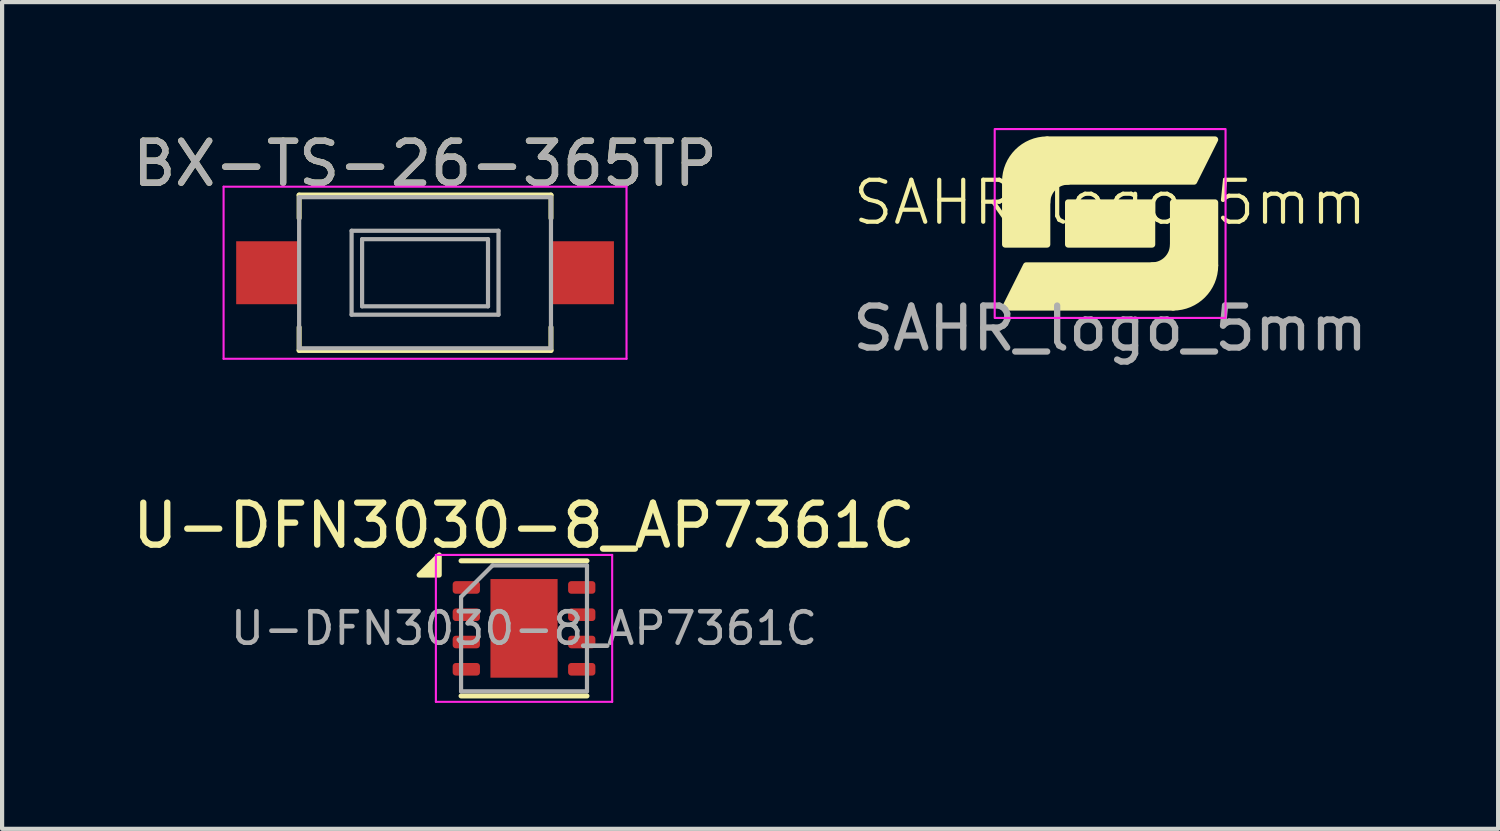
<source format=kicad_pcb>
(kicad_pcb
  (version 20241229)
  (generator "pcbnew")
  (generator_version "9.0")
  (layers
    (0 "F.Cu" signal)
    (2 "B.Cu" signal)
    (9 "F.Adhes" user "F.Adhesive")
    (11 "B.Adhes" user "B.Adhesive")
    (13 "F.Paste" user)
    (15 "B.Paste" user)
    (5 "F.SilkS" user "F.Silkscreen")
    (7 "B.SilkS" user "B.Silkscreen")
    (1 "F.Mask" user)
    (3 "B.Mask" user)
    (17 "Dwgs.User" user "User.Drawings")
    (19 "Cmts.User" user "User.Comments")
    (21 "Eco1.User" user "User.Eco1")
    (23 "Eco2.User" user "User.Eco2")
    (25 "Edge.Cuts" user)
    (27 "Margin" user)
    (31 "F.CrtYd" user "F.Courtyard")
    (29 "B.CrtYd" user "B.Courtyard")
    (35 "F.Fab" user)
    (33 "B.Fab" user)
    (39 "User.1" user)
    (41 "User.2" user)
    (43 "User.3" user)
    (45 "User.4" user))
  (footprint "U-DFN3030-8_AP7361C"
    (layer "F.Cu")
    (at 9.435 11.921)
    (property "Reference" "U-DFN3030-8_AP7361C" (at 0 -2.45 0) (layer "F.SilkS") (effects (font (size 1 1) (thickness 0.15))))
    (attr smd)
    (fp_line (start -1.5 -1.61) (end 1.5 -1.61) (stroke (width 0.12) (type solid)) (layer "F.SilkS"))
    (fp_line (start -1.5 1.61) (end 1.5 1.61) (stroke (width 0.12) (type solid)) (layer "F.SilkS"))
    (fp_poly (pts (xy -2.02 -1.27) (xy -2.5 -1.27) (xy -2.02 -1.75) (xy -2.02 -1.27)) (stroke (width 0.12) (type solid)) (fill yes) (layer "F.SilkS"))
    (fp_line (start -2.1 -1.75) (end -2.1 1.75) (stroke (width 0.05) (type solid)) (layer "F.CrtYd"))
    (fp_line (start -2.1 1.75) (end 2.1 1.75) (stroke (width 0.05) (type solid)) (layer "F.CrtYd"))
    (fp_line (start 2.1 -1.75) (end -2.1 -1.75) (stroke (width 0.05) (type solid)) (layer "F.CrtYd"))
    (fp_line (start 2.1 1.75) (end 2.1 -1.75) (stroke (width 0.05) (type solid)) (layer "F.CrtYd"))
    (fp_line (start -1.5 -0.75) (end -0.75 -1.5) (stroke (width 0.1) (type solid)) (layer "F.Fab"))
    (fp_line (start -1.5 1.5) (end -1.5 -0.75) (stroke (width 0.1) (type solid)) (layer "F.Fab"))
    (fp_line (start -0.75 -1.5) (end 1.5 -1.5) (stroke (width 0.1) (type solid)) (layer "F.Fab"))
    (fp_line (start 1.5 -1.5) (end 1.5 1.5) (stroke (width 0.1) (type solid)) (layer "F.Fab"))
    (fp_line (start 1.5 1.5) (end -1.5 1.5) (stroke (width 0.1) (type solid)) (layer "F.Fab"))
    (fp_text user "${REFERENCE}" (at 0 0 0) (layer "F.Fab") (effects (font (size 0.75 0.75) (thickness 0.11))))
    (pad "" smd roundrect (at -0.375 -0.56) (size 0.6 0.91) (layers "F.Paste") (roundrect_rratio 0.25))
    (pad "" smd roundrect (at -0.375 0.56) (size 0.6 0.91) (layers "F.Paste") (roundrect_rratio 0.25))
    (pad "" smd roundrect (at 0.375 -0.56) (size 0.6 0.91) (layers "F.Paste") (roundrect_rratio 0.25))
    (pad "" smd roundrect (at 0.375 0.56) (size 0.6 0.91) (layers "F.Paste") (roundrect_rratio 0.25))
    (pad "1" smd roundrect (at -1.375 -0.975) (size 0.65 0.3) (layers "F.Cu" "F.Mask" "F.Paste") (roundrect_rratio 0.25))
    (pad "2" smd roundrect (at -1.375 -0.325) (size 0.65 0.3) (layers "F.Cu" "F.Mask" "F.Paste") (roundrect_rratio 0.25))
    (pad "3" smd roundrect (at -1.375 0.325) (size 0.65 0.3) (layers "F.Cu" "F.Mask" "F.Paste") (roundrect_rratio 0.25))
    (pad "4" smd roundrect (at -1.375 0.975) (size 0.65 0.3) (layers "F.Cu" "F.Mask" "F.Paste") (roundrect_rratio 0.25))
    (pad "5" smd roundrect (at 1.375 0.975) (size 0.65 0.3) (layers "F.Cu" "F.Mask" "F.Paste") (roundrect_rratio 0.25))
    (pad "6" smd roundrect (at 1.375 0.325) (size 0.65 0.3) (layers "F.Cu" "F.Mask" "F.Paste") (roundrect_rratio 0.25))
    (pad "7" smd roundrect (at 1.375 -0.325) (size 0.65 0.3) (layers "F.Cu" "F.Mask" "F.Paste") (roundrect_rratio 0.25))
    (pad "8" smd roundrect (at 1.375 -0.975) (size 0.65 0.3) (layers "F.Cu" "F.Mask" "F.Paste") (roundrect_rratio 0.25))
    (pad "9" smd rect (at 0 0) (size 1.6 2.35) (property pad_prop_heatsink) (layers "F.Cu" "F.Mask")))
  (footprint "SAHR_logo_5mm"
    (layer "F.Cu")
    (at 23.399 2.275)
    (property "Reference" "SAHR_logo_5mm" (at 0 -0.5 0) (unlocked yes) (layer "F.SilkS") (effects (font (size 1 1) (thickness 0.1))))
    (attr smd)
    (fp_rect (start -1 -0.5) (end 1 0.5) (stroke (width 0.15) (type solid)) (fill yes) (layer "F.SilkS"))
    (fp_arc (start -2.5 -1) (mid -2.207107 -1.707107) (end -1.5 -2) (stroke (width 0.15) (type default)) (layer "F.SilkS"))
    (fp_arc (start -1.5 -0.5) (mid -1.353553 -0.853553) (end -1 -1) (stroke (width 0.15) (type default)) (layer "F.SilkS"))
    (fp_arc (start 1.499999 0.499999) (mid 1.353552 0.853552) (end 0.999999 0.999999) (stroke (width 0.15) (type default)) (layer "F.SilkS"))
    (fp_arc (start 2.499999 0.999999) (mid 2.207106 1.707106) (end 1.499999 1.999999) (stroke (width 0.15) (type default)) (layer "F.SilkS"))
    (fp_poly (pts (xy -1.3 -1) (xy 2 -1) (xy 2.5 -2) (xy -1.5 -2) (xy -1.95 -1.85) (xy -2.3 -1.5) (xy -2.5 -1) (xy -2.5 0.5) (xy -1.5 0.5) (xy -1.5 -0.8)) (stroke (width 0.15) (type solid)) (fill yes) (layer "F.SilkS"))
    (fp_poly (pts (xy 1.3 1) (xy -2 1) (xy -2.5 2) (xy 1.5 2) (xy 1.95 1.85) (xy 2.3 1.5) (xy 2.5 1) (xy 2.5 -0.5) (xy 1.5 -0.5) (xy 1.5 0.8)) (stroke (width 0.15) (type solid)) (fill yes) (layer "F.SilkS"))
    (fp_rect (start -2.75 -2.25) (end 2.75 2.25) (stroke (width 0.05) (type default)) (fill no) (layer "F.CrtYd"))
    (fp_text user "${REFERENCE}" (at 0 2.5 0) (unlocked yes) (layer "F.Fab") (effects (font (size 1 1) (thickness 0.15)))))
  (footprint "BX-TS-26-365TP"
    (layer "F.Cu")
    (at 7.077 3.448)
    (property "Reference" "BX-TS-26-365TP" (at 0 -2.6 0) (layer "F.SilkS") (effects (font (size 1 1) (thickness 0.15))))
    (attr smd)
    (fp_line (start -3 -1.85) (end 3 -1.85) (stroke (width 0.12) (type solid)) (layer "F.SilkS"))
    (fp_line (start -3 -1.3) (end -3 -1.85) (stroke (width 0.12) (type solid)) (layer "F.SilkS"))
    (fp_line (start -3 1.85) (end -3 1.3) (stroke (width 0.12) (type solid)) (layer "F.SilkS"))
    (fp_line (start 3 -1.85) (end 3 -1.3) (stroke (width 0.12) (type solid)) (layer "F.SilkS"))
    (fp_line (start 3 1.85) (end -3 1.85) (stroke (width 0.12) (type solid)) (layer "F.SilkS"))
    (fp_line (start 3 1.85) (end 3 1.3) (stroke (width 0.12) (type solid)) (layer "F.SilkS"))
    (fp_line (start -4.8 -2.05) (end 4.8 -2.05) (stroke (width 0.05) (type solid)) (layer "F.CrtYd"))
    (fp_line (start -4.8 2.05) (end -4.8 -2.05) (stroke (width 0.05) (type solid)) (layer "F.CrtYd"))
    (fp_line (start 4.8 -2.05) (end 4.8 2.05) (stroke (width 0.05) (type solid)) (layer "F.CrtYd"))
    (fp_line (start 4.8 2.05) (end -4.8 2.05) (stroke (width 0.05) (type solid)) (layer "F.CrtYd"))
    (fp_line (start -3 -1.8) (end -3 1.8) (stroke (width 0.1) (type solid)) (layer "F.Fab"))
    (fp_line (start -3 -1.8) (end 3 -1.8) (stroke (width 0.1) (type solid)) (layer "F.Fab"))
    (fp_line (start -3 1.8) (end 3 1.8) (stroke (width 0.1) (type solid)) (layer "F.Fab"))
    (fp_line (start -1.75 -1) (end 1.75 -1) (stroke (width 0.1) (type solid)) (layer "F.Fab"))
    (fp_line (start -1.75 1) (end -1.75 -1) (stroke (width 0.1) (type solid)) (layer "F.Fab"))
    (fp_line (start -1.5 -0.8) (end -1.5 0.8) (stroke (width 0.1) (type solid)) (layer "F.Fab"))
    (fp_line (start -1.5 -0.8) (end 1.5 -0.8) (stroke (width 0.1) (type solid)) (layer "F.Fab"))
    (fp_line (start -1.5 0.8) (end 1.5 0.8) (stroke (width 0.1) (type solid)) (layer "F.Fab"))
    (fp_line (start 1.5 -0.8) (end 1.5 0.8) (stroke (width 0.1) (type solid)) (layer "F.Fab"))
    (fp_line (start 1.75 -1) (end 1.75 1) (stroke (width 0.1) (type solid)) (layer "F.Fab"))
    (fp_line (start 1.75 1) (end -1.75 1) (stroke (width 0.1) (type solid)) (layer "F.Fab"))
    (fp_line (start 3 -1.8) (end 3 1.8) (stroke (width 0.1) (type solid)) (layer "F.Fab"))
    (fp_text user "${REFERENCE}" (at 0 -2.6 0) (layer "F.Fab") (effects (font (size 1 1) (thickness 0.15))))
    (pad "1" smd rect (at -3.75 0) (size 1.5 1.5) (layers "F.Cu" "F.Mask" "F.Paste"))
    (pad "2" smd rect (at 3.75 0) (size 1.5 1.5) (layers "F.Cu" "F.Mask" "F.Paste")))
  (gr_rect
    (start -3 -3)
    (end 32.643 16.697)
    (stroke (width 0.1) (type default))
    (fill no)
    (layer "Edge.Cuts")))
</source>
